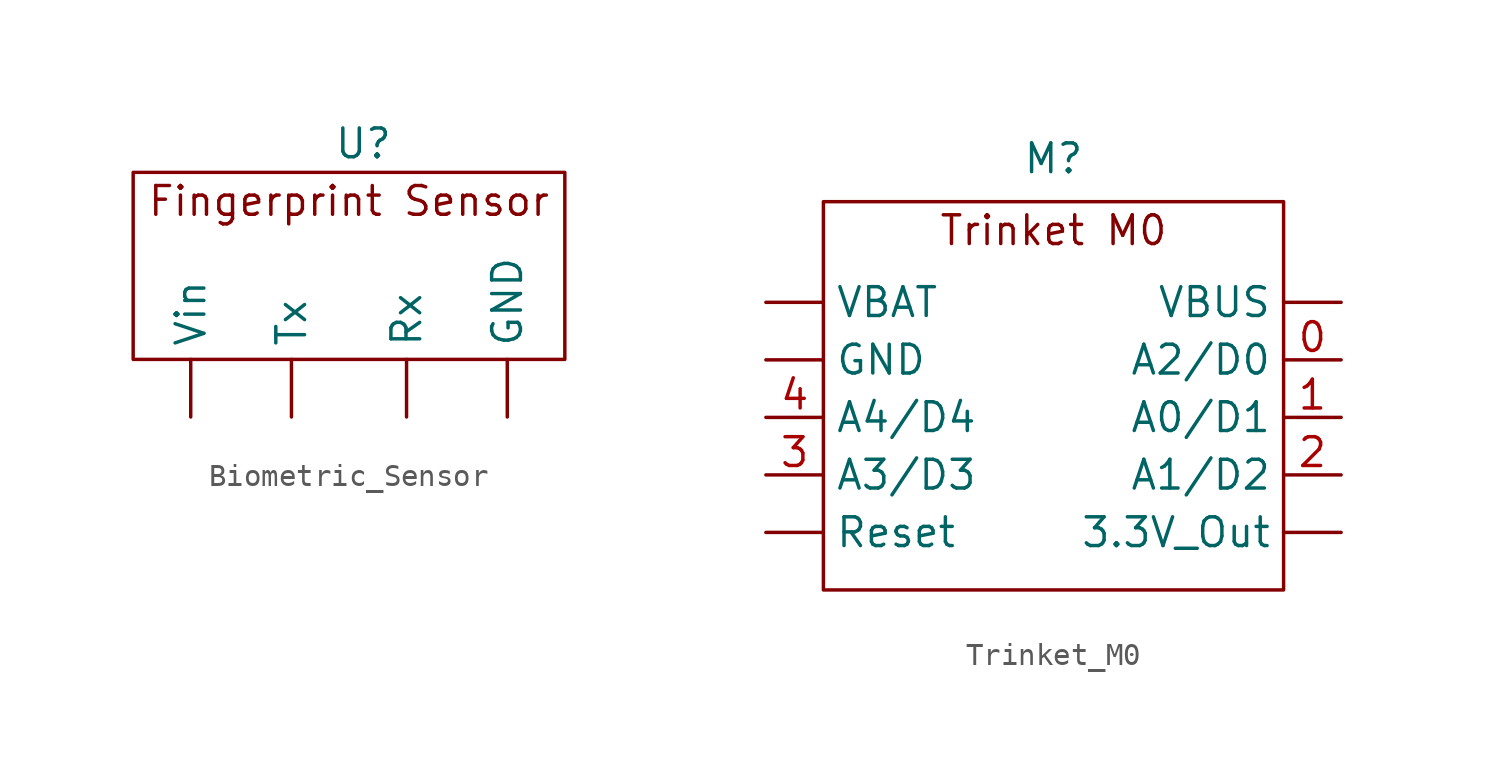
<source format=kicad_sym>
(kicad_symbol_lib
  (version 20220914)
  (generator kicad_symbol_editor)
  (symbol "Biometric_Sensor"
    (property "Reference" "U"
      (at -5.715 5.715 0)
      (effects (font (size 1.27 1.27))))
    (property "Value" ""
      (at 0 0 0)
      (effects (font (size 1.27 1.27))))
    (symbol "Biometric_Sensor_0_1"
      (rectangle (start -15.875 4.445) (end 3.175 -3.81) (stroke (width 0) (type default)) (fill (type none))))
    (symbol "Biometric_Sensor_1_1"
      (text "Fingerprint Sensor" (at -6.35 3.175 0) (effects (font (size 1.27 1.27))))
      (pin bidirectional line (at 0.635 -6.35 90) (length 2.54) (name "GND" (effects (font (size 1.27 1.27)))) (number "" (effects (font (size 1.27 1.27)))))
      (pin bidirectional line (at -3.81 -6.35 90) (length 2.54) (name "Rx" (effects (font (size 1.27 1.27)))) (number "" (effects (font (size 1.27 1.27)))))
      (pin bidirectional line (at -8.89 -6.35 90) (length 2.54) (name "Tx" (effects (font (size 1.27 1.27)))) (number "" (effects (font (size 1.27 1.27)))))
      (pin power_in line (at -13.335 -6.35 90) (length 2.54) (name "Vin" (effects (font (size 1.27 1.27)))) (number "" (effects (font (size 1.27 1.27)))))))
  (symbol "Trinket_M0"
    (property "Reference" "M"
      (at 3.81 8.255 0)
      (effects (font (size 1.27 1.27))))
    (property "Value" ""
      (at 0 0 0)
      (effects (font (size 1.27 1.27))))
    (symbol "Trinket_M0_0_1"
      (rectangle (start -6.35 6.35) (end 13.97 -10.795) (stroke (width 0) (type default)) (fill (type none))))
    (symbol "Trinket_M0_1_1"
      (text "Trinket M0" (at 3.81 5.08 0) (effects (font (size 1.27 1.27))))
      (pin power_out line (at 16.51 -8.255 180) (length 2.54) (name "3.3V_Out" (effects (font (size 1.27 1.27)))) (number "" (effects (font (size 1.27 1.27)))))
      (pin input line (at -8.89 -0.635 0) (length 2.54) (name "GND" (effects (font (size 1.27 1.27)))) (number "" (effects (font (size 1.27 1.27)))))
      (pin input line (at -8.89 -8.255 0) (length 2.54) (name "Reset" (effects (font (size 1.27 1.27)))) (number "" (effects (font (size 1.27 1.27)))))
      (pin power_in line (at -8.89 1.905 0) (length 2.54) (name "VBAT" (effects (font (size 1.27 1.27)))) (number "" (effects (font (size 1.27 1.27)))))
      (pin power_in line (at 16.51 1.905 180) (length 2.54) (name "VBUS" (effects (font (size 1.27 1.27)))) (number "" (effects (font (size 1.27 1.27)))))
      (pin input line (at 16.51 -0.635 180) (length 2.54) (name "A2/D0" (effects (font (size 1.27 1.27)))) (number "0" (effects (font (size 1.27 1.27)))))
      (pin input line (at 16.51 -3.175 180) (length 2.54) (name "A0/D1" (effects (font (size 1.27 1.27)))) (number "1" (effects (font (size 1.27 1.27)))))
      (pin input line (at 16.51 -5.715 180) (length 2.54) (name "A1/D2" (effects (font (size 1.27 1.27)))) (number "2" (effects (font (size 1.27 1.27)))))
      (pin input line (at -8.89 -5.715 0) (length 2.54) (name "A3/D3" (effects (font (size 1.27 1.27)))) (number "3" (effects (font (size 1.27 1.27)))))
      (pin input line (at -8.89 -3.175 0) (length 2.54) (name "A4/D4" (effects (font (size 1.27 1.27)))) (number "4" (effects (font (size 1.27 1.27))))))))
</source>
